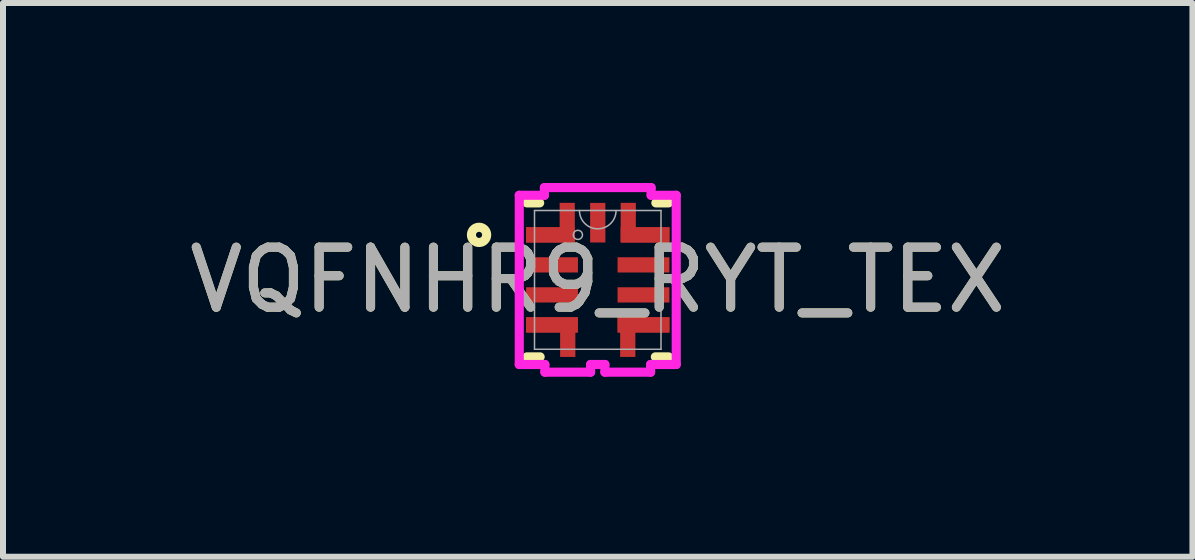
<source format=kicad_pcb>
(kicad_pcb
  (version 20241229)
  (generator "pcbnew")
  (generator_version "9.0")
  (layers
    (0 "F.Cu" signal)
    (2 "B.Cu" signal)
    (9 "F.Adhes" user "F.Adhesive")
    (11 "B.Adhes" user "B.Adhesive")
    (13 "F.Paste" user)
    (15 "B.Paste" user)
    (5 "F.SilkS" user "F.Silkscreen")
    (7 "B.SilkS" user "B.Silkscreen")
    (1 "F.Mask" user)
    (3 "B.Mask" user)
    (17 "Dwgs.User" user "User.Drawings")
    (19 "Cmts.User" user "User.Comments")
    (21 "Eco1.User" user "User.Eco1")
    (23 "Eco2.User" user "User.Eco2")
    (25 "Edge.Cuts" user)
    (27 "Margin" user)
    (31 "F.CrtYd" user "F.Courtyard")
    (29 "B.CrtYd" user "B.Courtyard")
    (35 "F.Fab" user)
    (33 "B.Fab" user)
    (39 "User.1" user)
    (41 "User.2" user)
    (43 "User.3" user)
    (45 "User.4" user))
  (footprint "VQFNHR9_RYT_TEX"
    (layer "F.Cu")
    (at 6.911 1.614)
    (property "Reference" "VQFNHR9_RYT_TEX" (at 0 0 0) (unlocked yes) (layer "F.SilkS") (effects (font (size 1 1) (thickness 0.15))))
    (attr smd)
    (fp_poly (pts (xy -1.194 -0.877) (xy -1.194 -0.623) (xy -0.382 -0.623) (xy -0.382 -1.284) (xy -0.635 -1.284) (xy -0.635 -0.877)) (stroke (width 0) (type solid)) (fill yes) (layer "F.Cu"))
    (fp_poly (pts (xy 0.382 -0.623) (xy 1.194 -0.623) (xy 1.194 -0.877) (xy 0.635 -0.877) (xy 0.635 -1.284) (xy 0.382 -1.284)) (stroke (width 0) (type solid)) (fill yes) (layer "F.Cu"))
    (fp_poly (pts (xy -1.194 0.623) (xy -0.331 0.623) (xy -0.331 0.877) (xy -0.373 0.877) (xy -0.373 1.284) (xy -0.627 1.284) (xy -0.627 0.877) (xy -1.194 0.877)) (stroke (width 0) (type solid)) (fill yes) (layer "F.Cu"))
    (fp_poly (pts (xy 0.331 0.623) (xy 0.331 0.877) (xy 0.373 0.877) (xy 0.373 1.284) (xy 0.627 1.284) (xy 0.627 0.877) (xy 1.194 0.877) (xy 1.194 0.623)) (stroke (width 0) (type solid)) (fill yes) (layer "F.Cu"))
    (fp_poly (pts (xy -1.194 -0.877) (xy -1.194 -0.623) (xy -0.382 -0.623) (xy -0.382 -1.284) (xy -0.635 -1.284) (xy -0.635 -0.877)) (stroke (width 0) (type solid)) (fill yes) (layer "F.Mask"))
    (fp_poly (pts (xy 0.382 -0.623) (xy 1.194 -0.623) (xy 1.194 -0.877) (xy 0.635 -0.877) (xy 0.635 -1.284) (xy 0.382 -1.284)) (stroke (width 0) (type solid)) (fill yes) (layer "F.Mask"))
    (fp_poly (pts (xy -1.194 0.623) (xy -0.331 0.623) (xy -0.331 0.877) (xy -0.373 0.877) (xy -0.373 1.284) (xy -0.627 1.284) (xy -0.627 0.877) (xy -1.194 0.877)) (stroke (width 0) (type solid)) (fill yes) (layer "F.Mask"))
    (fp_poly (pts (xy 0.331 0.623) (xy 0.331 0.877) (xy 0.373 0.877) (xy 0.373 1.284) (xy 0.627 1.284) (xy 0.627 0.877) (xy 1.194 0.877) (xy 1.194 0.623)) (stroke (width 0) (type solid)) (fill yes) (layer "F.Mask"))
    (fp_line (start -1.181 -1.283) (end -0.968 -1.283) (stroke (width 0.152) (type solid)) (layer "F.SilkS"))
    (fp_line (start -0.96 1.283) (end -1.181 1.283) (stroke (width 0.152) (type solid)) (layer "F.SilkS"))
    (fp_line (start 0.968 -1.283) (end 1.181 -1.283) (stroke (width 0.152) (type solid)) (layer "F.SilkS"))
    (fp_line (start 1.181 1.283) (end 0.96 1.283) (stroke (width 0.152) (type solid)) (layer "F.SilkS"))
    (fp_circle (center -1.978 -0.75) (end -1.851 -0.75) (stroke (width 0.152) (type solid)) (fill no) (layer "F.SilkS"))
    (fp_poly (pts (xy -1.194 -0.877) (xy -1.194 -0.623) (xy -0.382 -0.623) (xy -0.382 -1.284) (xy -0.635 -1.284) (xy -0.635 -0.877)) (stroke (width 0) (type solid)) (fill yes) (layer "F.Paste"))
    (fp_poly (pts (xy 0.382 -0.623) (xy 1.194 -0.623) (xy 1.194 -0.877) (xy 0.635 -0.877) (xy 0.635 -1.284) (xy 0.382 -1.284)) (stroke (width 0) (type solid)) (fill yes) (layer "F.Paste"))
    (fp_poly (pts (xy -1.194 0.623) (xy -0.331 0.623) (xy -0.331 0.877) (xy -0.373 0.877) (xy -0.373 1.284) (xy -0.627 1.284) (xy -0.627 0.877) (xy -1.194 0.877)) (stroke (width 0) (type solid)) (fill yes) (layer "F.Paste"))
    (fp_poly (pts (xy 0.331 0.623) (xy 0.331 0.877) (xy 0.373 0.877) (xy 0.373 1.284) (xy 0.627 1.284) (xy 0.627 0.877) (xy 1.194 0.877) (xy 1.194 0.623)) (stroke (width 0) (type solid)) (fill yes) (layer "F.Paste"))
    (fp_line (start -1.308 -1.41) (end -1.308 1.41) (stroke (width 0.152) (type solid)) (layer "F.CrtYd"))
    (fp_line (start -1.308 1.41) (end -0.881 1.41) (stroke (width 0.152) (type solid)) (layer "F.CrtYd"))
    (fp_line (start -0.889 -1.538) (end -0.889 -1.41) (stroke (width 0.152) (type solid)) (layer "F.CrtYd"))
    (fp_line (start -0.889 -1.41) (end -1.308 -1.41) (stroke (width 0.152) (type solid)) (layer "F.CrtYd"))
    (fp_line (start -0.881 1.41) (end -0.881 1.538) (stroke (width 0.152) (type solid)) (layer "F.CrtYd"))
    (fp_line (start -0.881 1.538) (end -0.119 1.538) (stroke (width 0.152) (type solid)) (layer "F.CrtYd"))
    (fp_line (start -0.119 1.41) (end 0.119 1.41) (stroke (width 0.152) (type solid)) (layer "F.CrtYd"))
    (fp_line (start -0.119 1.538) (end -0.119 1.41) (stroke (width 0.152) (type solid)) (layer "F.CrtYd"))
    (fp_line (start 0.119 1.41) (end 0.119 1.538) (stroke (width 0.152) (type solid)) (layer "F.CrtYd"))
    (fp_line (start 0.119 1.538) (end 0.881 1.538) (stroke (width 0.152) (type solid)) (layer "F.CrtYd"))
    (fp_line (start 0.881 1.41) (end 1.308 1.41) (stroke (width 0.152) (type solid)) (layer "F.CrtYd"))
    (fp_line (start 0.881 1.538) (end 0.881 1.41) (stroke (width 0.152) (type solid)) (layer "F.CrtYd"))
    (fp_line (start 0.889 -1.538) (end -0.889 -1.538) (stroke (width 0.152) (type solid)) (layer "F.CrtYd"))
    (fp_line (start 0.889 -1.41) (end 0.889 -1.538) (stroke (width 0.152) (type solid)) (layer "F.CrtYd"))
    (fp_line (start 1.308 -1.41) (end 0.889 -1.41) (stroke (width 0.152) (type solid)) (layer "F.CrtYd"))
    (fp_line (start 1.308 1.41) (end 1.308 -1.41) (stroke (width 0.152) (type solid)) (layer "F.CrtYd"))
    (fp_line (start -1.054 -1.156) (end -1.054 1.156) (stroke (width 0.025) (type solid)) (layer "F.Fab"))
    (fp_line (start -1.054 1.156) (end 1.054 1.156) (stroke (width 0.025) (type solid)) (layer "F.Fab"))
    (fp_line (start 1.054 -1.156) (end -1.054 -1.156) (stroke (width 0.025) (type solid)) (layer "F.Fab"))
    (fp_line (start 1.054 1.156) (end 1.054 -1.156) (stroke (width 0.025) (type solid)) (layer "F.Fab"))
    (fp_arc (start 0.3048 -1.1557) (mid 0 -0.8509) (end -0.3048 -1.1557) (stroke (width 0.0254) (type solid)) (layer "F.Fab"))
    (fp_circle (center -0.331 -0.75) (end -0.255 -0.75) (stroke (width 0.025) (type solid)) (fill no) (layer "F.Fab"))
    (fp_text user "${REFERENCE}" (at 0 0 0) (unlocked yes) (layer "F.Fab") (effects (font (size 1 1) (thickness 0.15))))
    (pad "1" smd rect (at -0.762 -0.25) (size 0.864 0.254) (layers "F.Cu" "F.Mask" "F.Paste"))
    (pad "2" smd rect (at -0.762 0.25) (size 0.864 0.254) (layers "F.Cu" "F.Mask" "F.Paste"))
    (pad "3" smd rect (at -0.762 0.75) (size 0.864 0.254) (layers "F.Cu" "F.Mask" "F.Paste"))
    (pad "4" smd rect (at 0.762 0.75) (size 0.864 0.254) (layers "F.Cu" "F.Mask" "F.Paste"))
    (pad "5" smd rect (at 0.762 0.25) (size 0.864 0.254) (layers "F.Cu" "F.Mask" "F.Paste"))
    (pad "6" smd rect (at 0.762 -0.25) (size 0.864 0.254) (layers "F.Cu" "F.Mask" "F.Paste"))
    (pad "7" smd rect (at 0.788 -0.75) (size 0.813 0.254) (layers "F.Cu" "F.Mask" "F.Paste"))
    (pad "8" smd rect (at 0 -0.953) (size 0.254 0.66) (layers "F.Cu" "F.Mask"))
    (pad "9" smd rect (at -0.788 -0.75) (size 0.813 0.254) (layers "F.Cu" "F.Mask" "F.Paste")))
  (gr_rect
    (start -3 -3)
    (end 16.821 6.228)
    (stroke (width 0.1) (type default))
    (fill no)
    (layer "Edge.Cuts")))
</source>
